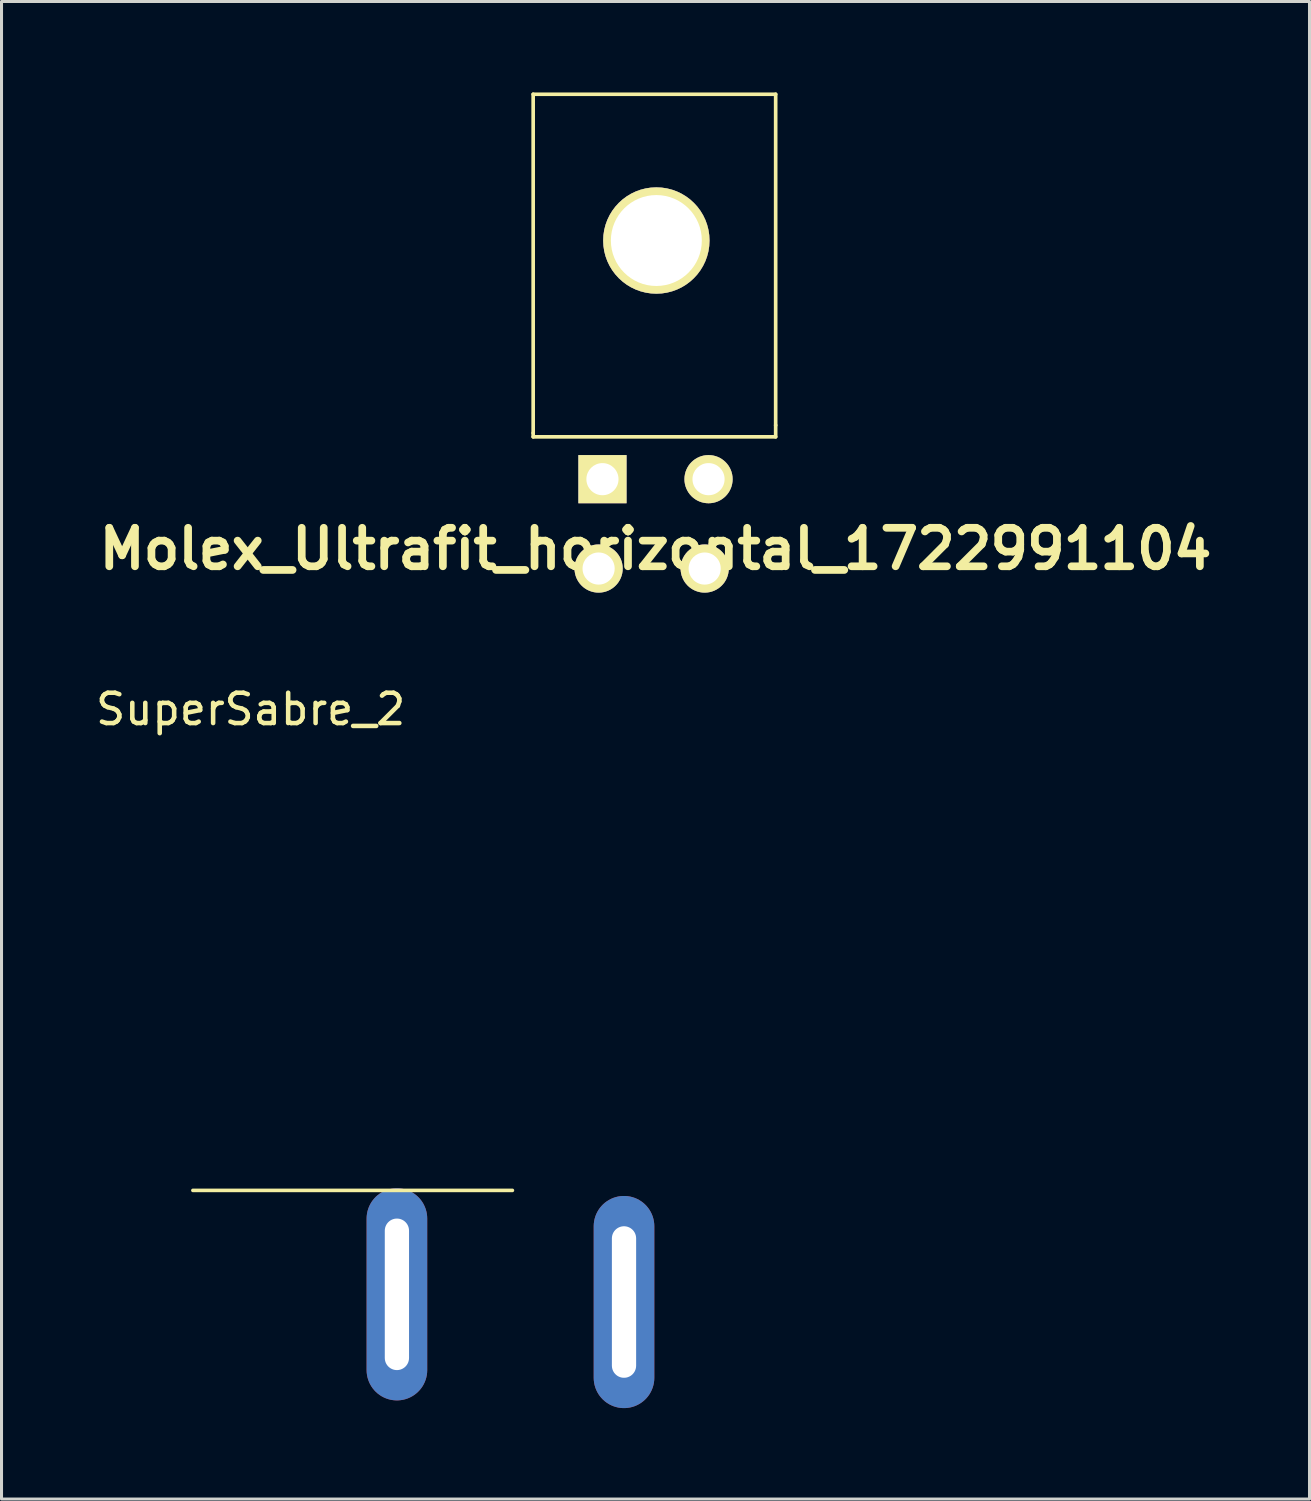
<source format=kicad_pcb>
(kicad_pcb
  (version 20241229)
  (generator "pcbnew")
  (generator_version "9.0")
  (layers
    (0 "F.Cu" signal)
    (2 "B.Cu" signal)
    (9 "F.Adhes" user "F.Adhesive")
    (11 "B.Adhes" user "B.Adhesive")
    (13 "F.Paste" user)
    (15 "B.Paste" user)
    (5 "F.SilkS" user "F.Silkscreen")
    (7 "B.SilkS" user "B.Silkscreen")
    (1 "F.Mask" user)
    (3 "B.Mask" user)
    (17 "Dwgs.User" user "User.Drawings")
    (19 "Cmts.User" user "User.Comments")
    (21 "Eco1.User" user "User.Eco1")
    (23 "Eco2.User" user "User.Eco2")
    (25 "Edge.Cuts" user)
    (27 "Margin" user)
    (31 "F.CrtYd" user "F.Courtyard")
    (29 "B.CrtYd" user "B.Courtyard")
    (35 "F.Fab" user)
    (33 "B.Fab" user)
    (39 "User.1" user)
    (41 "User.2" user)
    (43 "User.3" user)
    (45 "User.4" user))
  (footprint "SuperSabre_2"
    (layer "F.Cu")
    (at 10.046 39.783)
    (property "Reference" "SuperSabre_2" (at -4.826 -19.431 0) (layer "F.SilkS") (effects (font (size 1 1) (thickness 0.15))))
    (attr through_hole)
    (fp_line (start -6.731 -3.556) (end 3.81 -3.556) (stroke (width 0.12) (type solid)) (layer "F.SilkS"))
    (fp_rect (start 0 0) (end 0 0) (stroke (width 0.12) (type solid)) (fill no) (layer "F.SilkS"))
    (pad "1" thru_hole oval (at 0 -0.127) (size 2 7) (drill oval 0.8 5) (layers "*.Cu" "*.Mask"))
    (pad "2" thru_hole oval (at 7.493 0.127) (size 2 7) (drill oval 0.8 5) (layers "*.Cu" "*.Mask")))
  (footprint "Molex_Ultrafit_horizontal_1722991104"
    (layer "F.Cu")
    (at 16.828 12.76)
    (property "Reference" "Molex_Ultrafit_horizontal_1722991104" (at 1.75 2.3 0) (layer "F.SilkS") (effects (font (size 1.27 1.27) (thickness 0.254))))
    (attr through_hole)
    (fp_line (start -2.286 -12.7) (end 5.715 -12.7) (stroke (width 0.12) (type solid)) (layer "F.SilkS"))
    (fp_line (start -2.286 -1.524) (end -2.286 -12.7) (stroke (width 0.12) (type solid)) (layer "F.SilkS"))
    (fp_line (start -2.286 -1.397) (end -2.286 -1.524) (stroke (width 0.12) (type solid)) (layer "F.SilkS"))
    (fp_line (start 5.715 -12.7) (end 5.715 -1.778) (stroke (width 0.12) (type solid)) (layer "F.SilkS"))
    (fp_line (start 5.715 -1.778) (end 5.715 -1.397) (stroke (width 0.12) (type solid)) (layer "F.SilkS"))
    (fp_line (start 5.715 -1.397) (end -2.286 -1.397) (stroke (width 0.12) (type solid)) (layer "F.SilkS"))
    (pad "1" thru_hole rect (at 0 0 90) (size 1.59 1.59) (drill 1.06) (layers "*.Cu" "*.Mask" "F.SilkS"))
    (pad "2" thru_hole circle (at 3.5 0 90) (size 1.59 1.59) (drill 1.06) (layers "*.Cu" "*.Mask" "F.SilkS"))
    (pad "3" thru_hole circle (at -0.127 2.949 90) (size 1.59 1.59) (drill 1.06) (layers "*.Cu" "*.Mask" "F.SilkS"))
    (pad "4" thru_hole circle (at 3.373 2.949 90) (size 1.59 1.59) (drill 1.06) (layers "*.Cu" "*.Mask" "F.SilkS"))
    (pad "MH1" thru_hole circle (at 1.778 -7.874 90) (size 3.51 3.51) (drill 3) (layers "*.Cu" "*.Mask" "F.SilkS")))
  (gr_rect
    (start -3 -3)
    (end 40.157 46.41)
    (stroke (width 0.1) (type default))
    (fill no)
    (layer "Edge.Cuts")))
</source>
